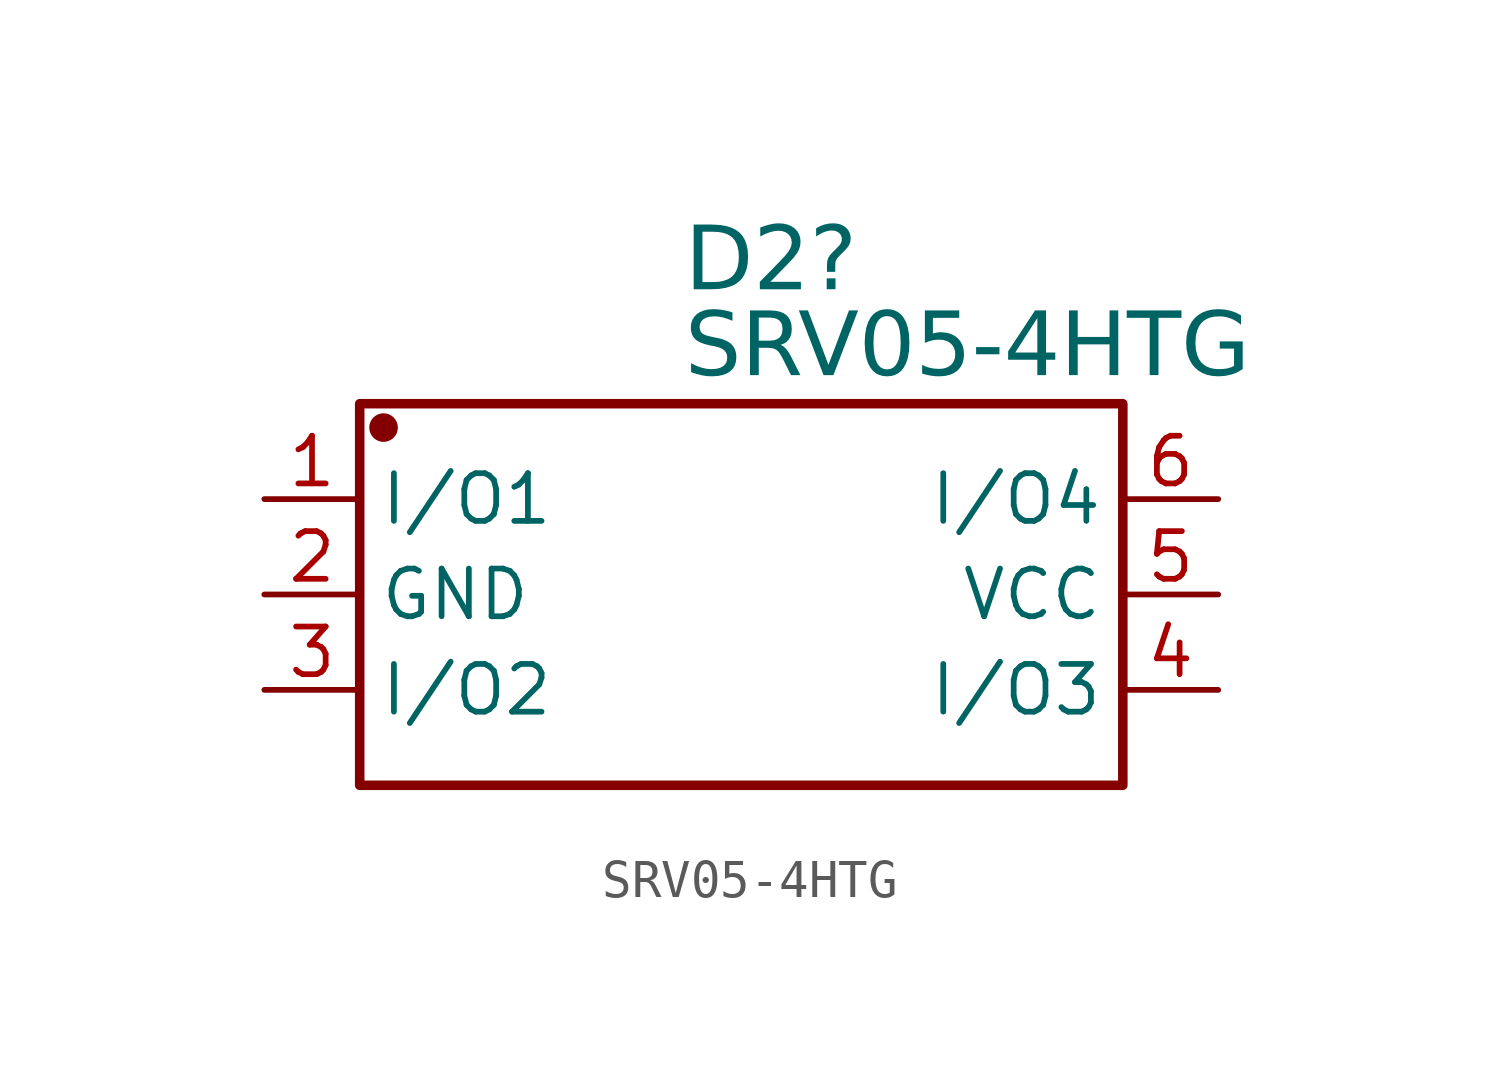
<source format=kicad_sym>
(kicad_symbol_lib
  (version 20241209)
  (generator "kicad_symbol_editor")
  (generator_version "9.0")
  (symbol "SRV05-4HTG"
    (property "Reference" "D2"
      (at -1.499 11.087 0)
      (effects (font (face "Arial") (size 1.689 1.689)) (justify left top)))
    (property "Value" "SRV05-4HTG"
      (at -1.499 8.801 0)
      (effects (font (face "Arial") (size 1.689 1.689)) (justify left top)))
    (symbol "SRV05-4HTG_0_0"
      (rectangle (start -10.16 6.35) (end 10.16 -3.81) (stroke (width 0.254) (type solid)) (fill (type none)))
      (circle (center -9.525 5.715) (radius 0.254) (stroke (width 0.254) (type solid)) (fill (type outline)))
      (pin passive line (at -12.7 3.81 0) (length 2.54) (name "I/O1" (effects (font (size 1.27 1.27)))) (number "1" (effects (font (size 1.27 1.27)))))
      (pin passive line (at -12.7 1.27 0) (length 2.54) (name "GND" (effects (font (size 1.27 1.27)))) (number "2" (effects (font (size 1.27 1.27)))))
      (pin passive line (at -12.7 -1.27 0) (length 2.54) (name "I/O2" (effects (font (size 1.27 1.27)))) (number "3" (effects (font (size 1.27 1.27)))))
      (pin passive line (at 12.7 3.81 180) (length 2.54) (name "I/O4" (effects (font (size 1.27 1.27)))) (number "6" (effects (font (size 1.27 1.27)))))
      (pin passive line (at 12.7 1.27 180) (length 2.54) (name "VCC" (effects (font (size 1.27 1.27)))) (number "5" (effects (font (size 1.27 1.27)))))
      (pin passive line (at 12.7 -1.27 180) (length 2.54) (name "I/O3" (effects (font (size 1.27 1.27)))) (number "4" (effects (font (size 1.27 1.27))))))))
</source>
